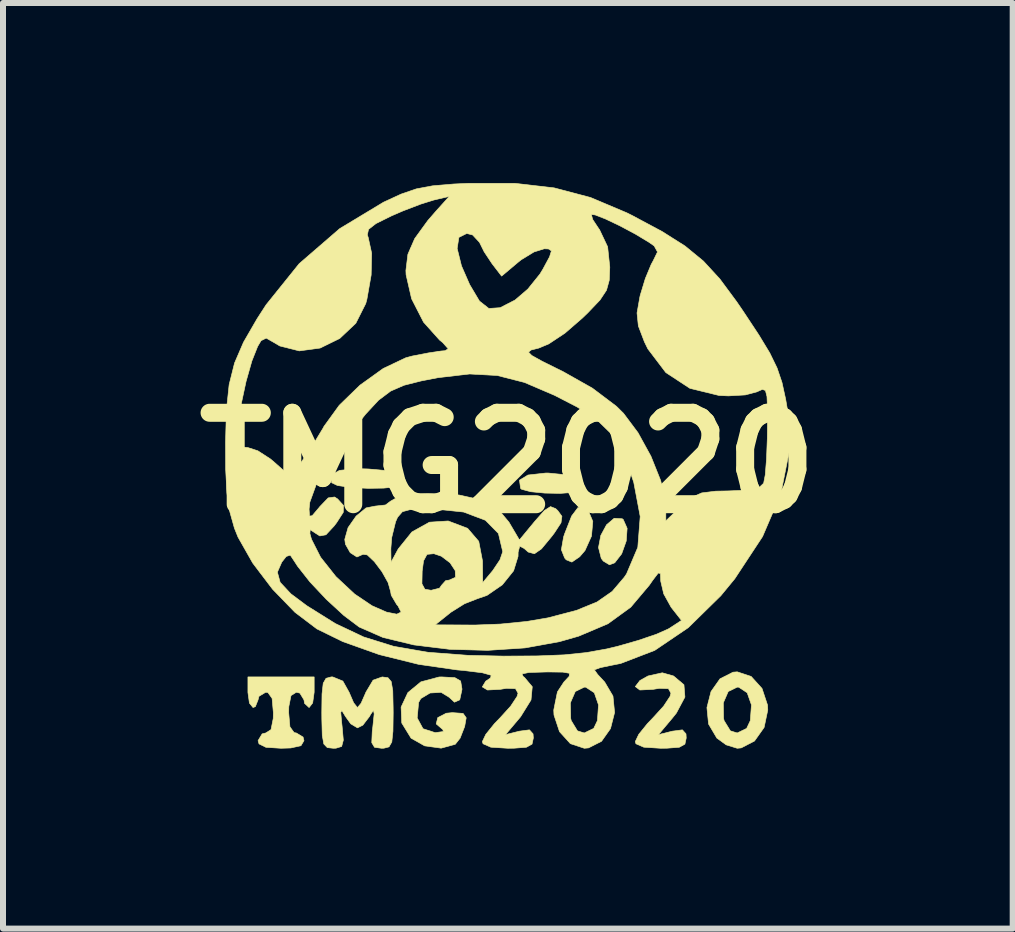
<source format=kicad_pcb>
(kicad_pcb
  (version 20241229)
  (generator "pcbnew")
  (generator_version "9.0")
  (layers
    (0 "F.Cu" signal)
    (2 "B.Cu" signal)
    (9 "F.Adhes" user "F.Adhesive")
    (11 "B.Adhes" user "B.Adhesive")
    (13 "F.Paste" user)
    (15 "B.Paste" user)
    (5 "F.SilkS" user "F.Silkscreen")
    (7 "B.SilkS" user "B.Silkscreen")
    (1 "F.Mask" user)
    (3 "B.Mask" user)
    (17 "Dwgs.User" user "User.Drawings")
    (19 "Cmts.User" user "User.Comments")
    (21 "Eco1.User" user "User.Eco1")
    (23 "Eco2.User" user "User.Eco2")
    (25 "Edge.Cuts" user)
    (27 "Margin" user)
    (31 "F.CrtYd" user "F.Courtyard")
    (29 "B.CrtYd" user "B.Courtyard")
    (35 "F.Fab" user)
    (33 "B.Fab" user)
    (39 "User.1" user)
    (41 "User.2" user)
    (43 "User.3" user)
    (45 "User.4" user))
  (footprint "TMG2020"
    (layer "F.Cu")
    (at 5.414 4.664)
    (property "Reference" "TMG2020" (at 0 0 0) (layer "F.SilkS") (effects (font (size 1.524 1.524) (thickness 0.3))))
    (attr through_hole)
    (fp_poly (pts (xy 1.906 0.932) (xy 1.923 0.944) (xy 1.988 1.091) (xy 1.973 1.303) (xy 1.897 1.516) (xy 1.781 1.666) (xy 1.694 1.699) (xy 1.591 1.637) (xy 1.557 1.593) (xy 1.511 1.412) (xy 1.549 1.21) (xy 1.645 1.032) (xy 1.772 0.924) (xy 1.906 0.932)) (stroke (width 0.01) (type solid)) (fill yes) (layer "F.SilkS"))
    (fp_poly (pts (xy 0.948 0.197) (xy 1.15 0.268) (xy 1.246 0.364) (xy 1.217 0.454) (xy 1.096 0.492) (xy 0.874 0.509) (xy 0.615 0.504) (xy 0.38 0.481) (xy 0.231 0.441) (xy 0.212 0.425) (xy 0.194 0.289) (xy 0.335 0.203) (xy 0.631 0.17) (xy 0.674 0.17) (xy 0.948 0.197)) (stroke (width 0.01) (type solid)) (fill yes) (layer "F.SilkS"))
    (fp_poly (pts (xy 1.339 0.793) (xy 1.416 0.976) (xy 1.394 1.221) (xy 1.286 1.461) (xy 1.197 1.565) (xy 1.067 1.654) (xy 0.973 1.616) (xy 0.947 1.586) (xy 0.892 1.448) (xy 0.929 1.235) (xy 0.947 1.181) (xy 1.063 0.886) (xy 1.169 0.745) (xy 1.278 0.744) (xy 1.339 0.793)) (stroke (width 0.01) (type solid)) (fill yes) (layer "F.SilkS"))
    (fp_poly (pts (xy -2.328 0.102) (xy -2.033 0.128) (xy -1.871 0.175) (xy -1.805 0.256) (xy -1.8 0.276) (xy -1.805 0.357) (xy -1.884 0.402) (xy -2.069 0.421) (xy -2.325 0.425) (xy -2.62 0.411) (xy -2.841 0.377) (xy -2.935 0.332) (xy -2.948 0.204) (xy -2.804 0.125) (xy -2.508 0.097) (xy -2.328 0.102)) (stroke (width 0.01) (type solid)) (fill yes) (layer "F.SilkS"))
    (fp_poly (pts (xy 2.761 3.552) (xy 2.935 3.698) (xy 2.951 3.903) (xy 2.809 4.17) (xy 2.741 4.255) (xy 2.51 4.53) (xy 2.741 4.472) (xy 2.909 4.45) (xy 2.969 4.517) (xy 2.973 4.586) (xy 2.951 4.688) (xy 2.858 4.74) (xy 2.651 4.756) (xy 2.548 4.757) (xy 2.265 4.739) (xy 2.135 4.682) (xy 2.124 4.646) (xy 2.181 4.526) (xy 2.326 4.346) (xy 2.421 4.247) (xy 2.596 4.055) (xy 2.703 3.893) (xy 2.718 3.839) (xy 2.676 3.763) (xy 2.524 3.758) (xy 2.421 3.775) (xy 2.2 3.786) (xy 2.124 3.729) (xy 2.201 3.628) (xy 2.336 3.552) (xy 2.574 3.499) (xy 2.761 3.552)) (stroke (width 0.01) (type solid)) (fill yes) (layer "F.SilkS"))
    (fp_poly (pts (xy 4.055 3.56) (xy 4.236 3.76) (xy 4.328 4.037) (xy 4.332 4.12) (xy 4.271 4.41) (xy 4.111 4.636) (xy 3.889 4.751) (xy 3.823 4.757) (xy 3.638 4.7) (xy 3.483 4.587) (xy 3.345 4.353) (xy 3.318 4.079) (xy 3.338 4) (xy 3.591 4) (xy 3.595 4.256) (xy 3.604 4.296) (xy 3.709 4.467) (xy 3.823 4.502) (xy 3.98 4.426) (xy 4.041 4.296) (xy 4.06 4.034) (xy 3.989 3.832) (xy 3.848 3.739) (xy 3.823 3.738) (xy 3.673 3.811) (xy 3.591 4) (xy 3.338 4) (xy 3.386 3.812) (xy 3.536 3.599) (xy 3.753 3.489) (xy 3.823 3.483) (xy 4.055 3.56)) (stroke (width 0.01) (type solid)) (fill yes) (layer "F.SilkS"))
    (fp_poly (pts (xy -0.883 3.58) (xy -0.787 3.636) (xy -0.765 3.765) (xy -0.765 3.78) (xy -0.802 3.95) (xy -0.89 3.989) (xy -0.977 3.908) (xy -1.112 3.825) (xy -1.297 3.836) (xy -1.45 3.928) (xy -1.487 3.993) (xy -1.511 4.252) (xy -1.414 4.431) (xy -1.213 4.496) (xy -1.205 4.496) (xy -1.075 4.478) (xy -1.083 4.446) (xy -1.194 4.351) (xy -1.168 4.246) (xy -1.027 4.173) (xy -0.925 4.163) (xy -0.746 4.176) (xy -0.694 4.249) (xy -0.72 4.395) (xy -0.796 4.589) (xy -0.877 4.691) (xy -1.112 4.755) (xy -1.386 4.717) (xy -1.611 4.59) (xy -1.614 4.587) (xy -1.768 4.336) (xy -1.779 4.071) (xy -1.666 3.829) (xy -1.449 3.65) (xy -1.146 3.569) (xy -1.101 3.568) (xy -0.883 3.58)) (stroke (width 0.01) (type solid)) (fill yes) (layer "F.SilkS"))
    (fp_poly (pts (xy -3.228 3.823) (xy -3.253 4.002) (xy -3.312 4.078) (xy -3.313 4.078) (xy -3.388 4.009) (xy -3.398 3.95) (xy -3.466 3.838) (xy -3.525 3.823) (xy -3.614 3.879) (xy -3.651 4.065) (xy -3.653 4.163) (xy -3.632 4.399) (xy -3.562 4.496) (xy -3.525 4.502) (xy -3.413 4.57) (xy -3.398 4.63) (xy -3.448 4.714) (xy -3.618 4.752) (xy -3.78 4.757) (xy -4.032 4.741) (xy -4.147 4.684) (xy -4.163 4.63) (xy -4.095 4.517) (xy -4.035 4.502) (xy -3.947 4.446) (xy -3.91 4.26) (xy -3.908 4.163) (xy -3.929 3.926) (xy -3.998 3.829) (xy -4.035 3.823) (xy -4.148 3.891) (xy -4.163 3.95) (xy -4.208 4.063) (xy -4.247 4.078) (xy -4.307 4.004) (xy -4.332 3.826) (xy -4.332 3.823) (xy -4.332 3.568) (xy -3.228 3.568) (xy -3.228 3.823)) (stroke (width 0.01) (type solid)) (fill yes) (layer "F.SilkS"))
    (fp_poly (pts (xy -1.998 3.581) (xy -1.944 3.645) (xy -1.918 3.797) (xy -1.912 4.073) (xy -1.911 4.163) (xy -1.915 4.474) (xy -1.934 4.652) (xy -1.981 4.734) (xy -2.066 4.756) (xy -2.104 4.757) (xy -2.222 4.741) (xy -2.268 4.664) (xy -2.26 4.478) (xy -2.25 4.396) (xy -2.228 4.185) (xy -2.239 4.124) (xy -2.288 4.194) (xy -2.305 4.226) (xy -2.417 4.372) (xy -2.506 4.417) (xy -2.618 4.35) (xy -2.707 4.226) (xy -2.766 4.129) (xy -2.785 4.159) (xy -2.769 4.334) (xy -2.762 4.396) (xy -2.742 4.622) (xy -2.77 4.727) (xy -2.865 4.756) (xy -2.909 4.757) (xy -3.009 4.746) (xy -3.067 4.686) (xy -3.093 4.543) (xy -3.1 4.277) (xy -3.101 4.163) (xy -3.097 3.851) (xy -3.077 3.673) (xy -3.03 3.591) (xy -2.945 3.568) (xy -2.918 3.568) (xy -2.75 3.637) (xy -2.646 3.823) (xy -2.57 3.999) (xy -2.508 4.077) (xy -2.506 4.078) (xy -2.446 4.007) (xy -2.37 3.834) (xy -2.366 3.823) (xy -2.246 3.622) (xy -2.094 3.568) (xy -1.998 3.581)) (stroke (width 0.01) (type solid)) (fill yes) (layer "F.SilkS"))
    (fp_poly (pts (xy 0.114 -4.659) (xy 0.771 -4.583) (xy 1.377 -4.423) (xy 1.983 -4.167) (xy 2.075 -4.121) (xy 2.572 -3.855) (xy 2.953 -3.614) (xy 3.259 -3.363) (xy 3.533 -3.065) (xy 3.815 -2.684) (xy 3.919 -2.532) (xy 4.182 -2.134) (xy 4.365 -1.832) (xy 4.487 -1.581) (xy 4.569 -1.339) (xy 4.63 -1.061) (xy 4.663 -0.868) (xy 4.688 -0.18) (xy 4.548 0.522) (xy 4.245 1.229) (xy 3.782 1.932) (xy 3.55 2.214) (xy 3.007 2.747) (xy 2.447 3.126) (xy 1.879 3.344) (xy 1.733 3.373) (xy 1.541 3.413) (xy 1.446 3.448) (xy 1.444 3.452) (xy 1.497 3.527) (xy 1.614 3.653) (xy 1.752 3.887) (xy 1.779 4.161) (xy 1.711 4.429) (xy 1.561 4.641) (xy 1.344 4.751) (xy 1.274 4.757) (xy 1.042 4.68) (xy 0.861 4.48) (xy 0.769 4.203) (xy 0.765 4.12) (xy 0.789 4) (xy 1.042 4) (xy 1.047 4.256) (xy 1.056 4.296) (xy 1.16 4.467) (xy 1.274 4.502) (xy 1.431 4.426) (xy 1.493 4.296) (xy 1.511 4.034) (xy 1.441 3.832) (xy 1.299 3.739) (xy 1.274 3.738) (xy 1.124 3.811) (xy 1.042 4) (xy 0.789 4) (xy 0.826 3.818) (xy 0.934 3.653) (xy 1.023 3.557) (xy 1.026 3.507) (xy 0.917 3.488) (xy 0.668 3.485) (xy 0.616 3.486) (xy 0.35 3.494) (xy 0.236 3.518) (xy 0.256 3.562) (xy 0.276 3.575) (xy 0.407 3.731) (xy 0.386 3.952) (xy 0.213 4.231) (xy 0.193 4.255) (xy -0.039 4.53) (xy 0.193 4.472) (xy 0.36 4.45) (xy 0.42 4.517) (xy 0.425 4.586) (xy 0.403 4.688) (xy 0.309 4.74) (xy 0.102 4.756) (xy 0 4.757) (xy -0.284 4.739) (xy -0.413 4.682) (xy -0.425 4.646) (xy -0.368 4.526) (xy -0.223 4.346) (xy -0.127 4.247) (xy 0.047 4.055) (xy 0.154 3.893) (xy 0.17 3.839) (xy 0.127 3.763) (xy -0.024 3.758) (xy -0.127 3.775) (xy -0.34 3.786) (xy -0.426 3.734) (xy -0.369 3.639) (xy -0.289 3.585) (xy -0.278 3.54) (xy -0.424 3.499) (xy -0.731 3.461) (xy -0.845 3.451) (xy -1.488 3.358) (xy -2.145 3.195) (xy -2.751 2.979) (xy -3.182 2.768) (xy -3.549 2.49) (xy -3.921 2.106) (xy -4.137 1.822) (xy -3.841 1.822) (xy -3.795 1.991) (xy -3.616 2.183) (xy -3.351 2.381) (xy -2.874 2.679) (xy -2.403 2.902) (xy -1.902 3.058) (xy -1.334 3.157) (xy -0.663 3.208) (xy -0.077 3.221) (xy 0.493 3.218) (xy 0.94 3.2) (xy 1.309 3.162) (xy 1.645 3.102) (xy 1.829 3.058) (xy 2.171 2.96) (xy 2.472 2.858) (xy 2.673 2.769) (xy 2.695 2.756) (xy 2.894 2.626) (xy 2.721 2.406) (xy 2.598 2.184) (xy 2.548 1.972) (xy 2.543 1.845) (xy 2.507 1.836) (xy 2.416 1.955) (xy 2.357 2.04) (xy 2.048 2.406) (xy 1.668 2.682) (xy 1.179 2.889) (xy 0.861 2.98) (xy 0.288 3.084) (xy -0.336 3.125) (xy -0.967 3.108) (xy -1.563 3.035) (xy -2.081 2.91) (xy -2.478 2.736) (xy -2.482 2.733) (xy -2.734 2.543) (xy -3.024 2.276) (xy -3.298 1.985) (xy -3.505 1.722) (xy -3.55 1.652) (xy -3.626 1.538) (xy -3.693 1.56) (xy -3.768 1.655) (xy -3.841 1.822) (xy -4.137 1.822) (xy -4.252 1.67) (xy -4.497 1.238) (xy -4.557 1.089) (xy -4.634 0.815) (xy -4.641 0.772) (xy -3.313 0.772) (xy -3.305 0.887) (xy -3.261 0.881) (xy -3.149 0.749) (xy -3.134 0.73) (xy -2.994 0.584) (xy -2.888 0.569) (xy -2.837 0.602) (xy -2.739 0.71) (xy -2.743 0.825) (xy -2.855 0.999) (xy -2.897 1.054) (xy -3.032 1.199) (xy -3.134 1.218) (xy -3.207 1.172) (xy -3.295 1.114) (xy -3.299 1.18) (xy -3.272 1.275) (xy -3.121 1.573) (xy -2.866 1.895) (xy -2.553 2.187) (xy -2.263 2.382) (xy -2.021 2.488) (xy -1.851 2.522) (xy -1.779 2.487) (xy -1.832 2.383) (xy -1.853 2.36) (xy -1.943 2.207) (xy -1.954 2.145) (xy -1.99 2.016) (xy -1.432 2.016) (xy -1.383 2.106) (xy -1.279 2.124) (xy -1.139 2.089) (xy -1.104 2.039) (xy -1.036 1.963) (xy -0.977 1.954) (xy -0.873 1.908) (xy -0.877 1.797) (xy -0.963 1.666) (xy -1.108 1.556) (xy -1.232 1.514) (xy -1.347 1.525) (xy -1.405 1.633) (xy -1.428 1.805) (xy -1.432 2.016) (xy -1.99 2.016) (xy -1.995 1.998) (xy -2.097 1.816) (xy -2.224 1.647) (xy -2.343 1.534) (xy -2.418 1.524) (xy -2.42 1.527) (xy -2.515 1.569) (xy -2.627 1.497) (xy -2.666 1.428) (xy -1.95 1.428) (xy -1.947 1.657) (xy -1.827 1.435) (xy -1.599 1.152) (xy -1.307 0.989) (xy -0.996 0.969) (xy -0.994 0.969) (xy -0.671 1.091) (xy -0.485 1.308) (xy -0.422 1.637) (xy -0.422 1.648) (xy -0.419 1.996) (xy -0.252 1.796) (xy -0.132 1.617) (xy -0.085 1.481) (xy -0.157 1.177) (xy -0.374 0.957) (xy -0.737 0.82) (xy -1.248 0.766) (xy -1.34 0.765) (xy -1.608 0.774) (xy -1.757 0.814) (xy -1.838 0.907) (xy -1.871 0.982) (xy -1.935 1.242) (xy -1.95 1.428) (xy -2.666 1.428) (xy -2.707 1.356) (xy -2.718 1.275) (xy -2.663 1.08) (xy -2.529 0.888) (xy -2.363 0.751) (xy -2.212 0.721) (xy -2.212 0.721) (xy -2.039 0.702) (xy -1.955 0.639) (xy -1.807 0.555) (xy -1.526 0.515) (xy -1.328 0.51) (xy -0.812 0.536) (xy -0.433 0.62) (xy -0.163 0.771) (xy 0.018 0.988) (xy 0.193 1.285) (xy 0.448 0.976) (xy 0.609 0.794) (xy 0.711 0.729) (xy 0.797 0.763) (xy 0.832 0.796) (xy 0.901 0.891) (xy 0.886 0.999) (xy 0.775 1.169) (xy 0.731 1.227) (xy 0.56 1.434) (xy 0.443 1.515) (xy 0.34 1.487) (xy 0.272 1.427) (xy 0.198 1.388) (xy 0.171 1.49) (xy 0.17 1.559) (xy 0.096 1.799) (xy -0.092 2.033) (xy -0.346 2.208) (xy -0.507 2.264) (xy -0.722 2.348) (xy -0.952 2.492) (xy -0.966 2.504) (xy -1.211 2.7) (xy -0.542 2.703) (xy -0.124 2.687) (xy 0.318 2.643) (xy 0.67 2.583) (xy 1.143 2.459) (xy 1.486 2.319) (xy 1.739 2.143) (xy 1.94 1.907) (xy 1.978 1.851) (xy 2.166 1.408) (xy 2.206 0.894) (xy 2.098 0.323) (xy 2.035 0.138) (xy 1.881 -0.225) (xy 1.707 -0.5) (xy 1.477 -0.723) (xy 1.155 -0.931) (xy 0.779 -1.125) (xy 0.277 -1.34) (xy -0.177 -1.456) (xy -0.639 -1.481) (xy -1.169 -1.419) (xy -1.445 -1.365) (xy -1.73 -1.293) (xy -1.953 -1.196) (xy -2.155 -1.044) (xy -2.373 -0.809) (xy -2.644 -0.467) (xy -2.98 0.001) (xy -3.197 0.371) (xy -3.301 0.657) (xy -3.313 0.772) (xy -4.641 0.772) (xy -4.682 0.503) (xy -4.703 0.107) (xy -4.705 -0.34) (xy -4.7 -0.531) (xy -4.499 -0.531) (xy -4.479 -0.335) (xy -4.396 -0.261) (xy -4.334 -0.255) (xy -4.167 -0.201) (xy -3.957 -0.065) (xy -3.893 -0.011) (xy -3.62 0.232) (xy -3.428 -0.033) (xy -3.252 -0.294) (xy -3.08 -0.578) (xy -3.065 -0.607) (xy -2.81 -0.959) (xy -2.465 -1.294) (xy -2.078 -1.572) (xy -1.701 -1.751) (xy -1.594 -1.78) (xy -1.325 -1.832) (xy -1.239 -1.845) (xy 0.344 -1.845) (xy 0.399 -1.789) (xy 0.57 -1.694) (xy 0.874 -1.543) (xy 0.912 -1.525) (xy 1.41 -1.244) (xy 1.809 -0.943) (xy 1.928 -0.825) (xy 2.169 -0.503) (xy 2.385 -0.11) (xy 2.547 0.295) (xy 2.628 0.653) (xy 2.633 0.741) (xy 2.633 0.966) (xy 2.893 0.717) (xy 3.062 0.576) (xy 3.231 0.501) (xy 3.464 0.472) (xy 3.679 0.468) (xy 4.004 0.454) (xy 4.191 0.408) (xy 4.263 0.34) (xy 4.29 0.201) (xy 4.311 -0.061) (xy 4.324 -0.397) (xy 4.326 -0.534) (xy 4.328 -0.89) (xy 4.319 -1.104) (xy 4.293 -1.206) (xy 4.242 -1.224) (xy 4.158 -1.187) (xy 4.15 -1.183) (xy 3.958 -1.132) (xy 3.675 -1.116) (xy 3.519 -1.123) (xy 3.034 -1.242) (xy 2.633 -1.505) (xy 2.333 -1.9) (xy 2.276 -2.017) (xy 2.175 -2.282) (xy 2.153 -2.498) (xy 2.2 -2.764) (xy 2.206 -2.791) (xy 2.291 -3.071) (xy 2.389 -3.307) (xy 2.423 -3.369) (xy 2.494 -3.515) (xy 2.439 -3.615) (xy 2.354 -3.675) (xy 2.125 -3.813) (xy 1.868 -3.95) (xy 1.629 -4.064) (xy 1.455 -4.132) (xy 1.392 -4.139) (xy 1.414 -4.056) (xy 1.516 -3.902) (xy 1.528 -3.886) (xy 1.663 -3.601) (xy 1.699 -3.262) (xy 1.69 -3.043) (xy 1.644 -2.877) (xy 1.536 -2.714) (xy 1.337 -2.505) (xy 1.243 -2.414) (xy 0.951 -2.161) (xy 0.681 -1.982) (xy 0.513 -1.912) (xy 0.388 -1.881) (xy 0.344 -1.845) (xy -1.239 -1.845) (xy -1.11 -1.864) (xy -1.046 -1.869) (xy -0.994 -1.901) (xy -1.085 -2.004) (xy -1.138 -2.047) (xy -1.405 -2.345) (xy -1.604 -2.734) (xy -1.696 -3.135) (xy -1.699 -3.206) (xy -1.666 -3.476) (xy -1.624 -3.573) (xy -0.845 -3.573) (xy -0.773 -3.283) (xy -0.636 -2.97) (xy -0.473 -2.696) (xy -0.317 -2.573) (xy -0.128 -2.586) (xy 0.121 -2.714) (xy 0.333 -2.896) (xy 0.535 -3.147) (xy 0.582 -3.224) (xy 0.695 -3.433) (xy 0.726 -3.533) (xy 0.678 -3.565) (xy 0.607 -3.568) (xy 0.436 -3.515) (xy 0.223 -3.385) (xy 0.167 -3.34) (xy -0.104 -3.112) (xy -0.263 -3.319) (xy -0.395 -3.518) (xy -0.472 -3.674) (xy -0.587 -3.798) (xy -0.685 -3.823) (xy -0.816 -3.758) (xy -0.845 -3.573) (xy -1.624 -3.573) (xy -1.552 -3.738) (xy -1.335 -4.037) (xy -1.198 -4.195) (xy -0.977 -4.44) (xy -1.232 -4.381) (xy -1.453 -4.312) (xy -1.748 -4.199) (xy -1.942 -4.115) (xy -2.198 -3.988) (xy -2.322 -3.891) (xy -2.342 -3.799) (xy -2.328 -3.759) (xy -2.27 -3.494) (xy -2.278 -3.131) (xy -2.349 -2.727) (xy -2.368 -2.656) (xy -2.534 -2.326) (xy -2.802 -2.073) (xy -3.129 -1.913) (xy -3.476 -1.866) (xy -3.801 -1.948) (xy -3.885 -1.998) (xy -4.027 -2.079) (xy -4.113 -2.036) (xy -4.17 -1.94) (xy -4.266 -1.698) (xy -4.363 -1.357) (xy -4.443 -0.985) (xy -4.492 -0.654) (xy -4.499 -0.531) (xy -4.7 -0.531) (xy -4.69 -0.88) (xy -4.645 -1.304) (xy -4.555 -1.663) (xy -4.405 -2.011) (xy -4.18 -2.4) (xy -4.029 -2.634) (xy -3.478 -3.319) (xy -2.803 -3.903) (xy -2.072 -4.344) (xy -1.779 -4.479) (xy -1.526 -4.566) (xy -1.255 -4.617) (xy -0.906 -4.647) (xy -0.648 -4.659) (xy 0.114 -4.659)) (stroke (width 0.01) (type solid)) (fill yes) (layer "F.SilkS")))
  (gr_rect
    (start -3 -3)
    (end 13.828 12.426)
    (stroke (width 0.1) (type default))
    (fill no)
    (layer "Edge.Cuts")))
</source>
